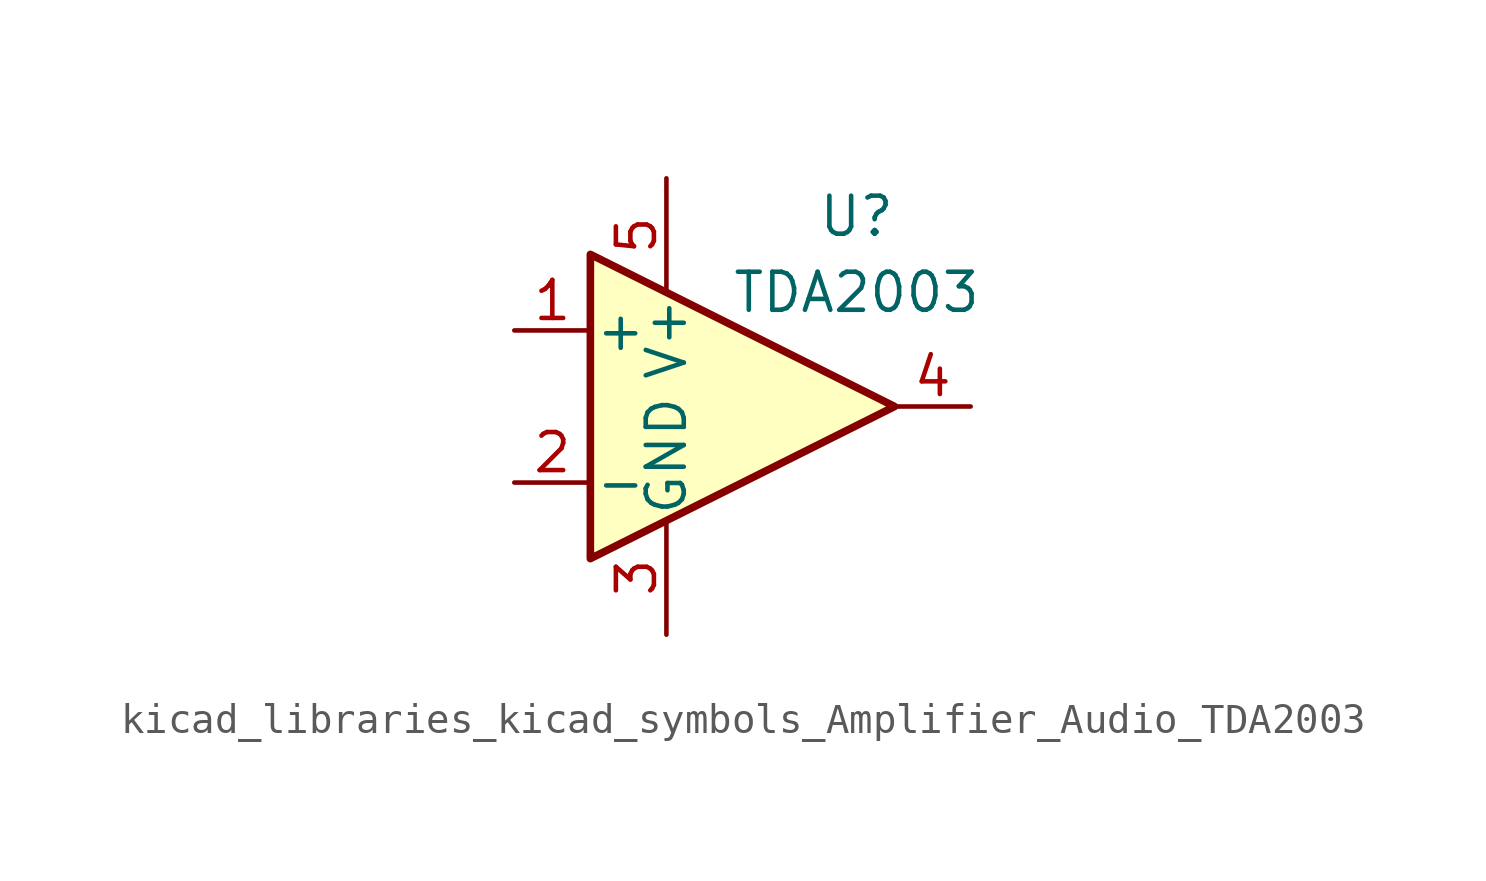
<source format=kicad_sym>
(kicad_symbol_lib
  (version 20220914)
  (generator kicad_symbol_editor)
  (symbol "kicad_libraries_kicad_symbols_Amplifier_Audio_TDA2003"
    (pin_names
      (offset 0.127))
    (property "Reference" "U"
      (at 3.81 6.35 0)
      (effects (font (size 1.27 1.27))))
    (property "Value" "TDA2003"
      (at 3.81 3.81 0)
      (effects (font (size 1.27 1.27))))
    (symbol "kicad_libraries_kicad_symbols_Amplifier_Audio_TDA2003_0_1"
      (polyline (pts (xy -5.08 5.08) (xy 5.08 0) (xy -5.08 -5.08) (xy -5.08 5.08)) (stroke (width 0.254) (type default)) (fill (type background))))
    (symbol "kicad_libraries_kicad_symbols_Amplifier_Audio_TDA2003_1_1"
      (pin input line (at -7.62 2.54 0) (length 2.54) (name "+" (effects (font (size 1.27 1.27)))) (number "1" (effects (font (size 1.27 1.27)))))
      (pin input line (at -7.62 -2.54 0) (length 2.54) (name "-" (effects (font (size 1.27 1.27)))) (number "2" (effects (font (size 1.27 1.27)))))
      (pin power_in line (at -2.54 -7.62 90) (length 3.81) (name "GND" (effects (font (size 1.27 1.27)))) (number "3" (effects (font (size 1.27 1.27)))))
      (pin output line (at 7.62 0 180) (length 2.54) (name "~" (effects (font (size 1.27 1.27)))) (number "4" (effects (font (size 1.27 1.27)))))
      (pin power_in line (at -2.54 7.62 270) (length 3.81) (name "V+" (effects (font (size 1.27 1.27)))) (number "5" (effects (font (size 1.27 1.27))))))))
</source>
